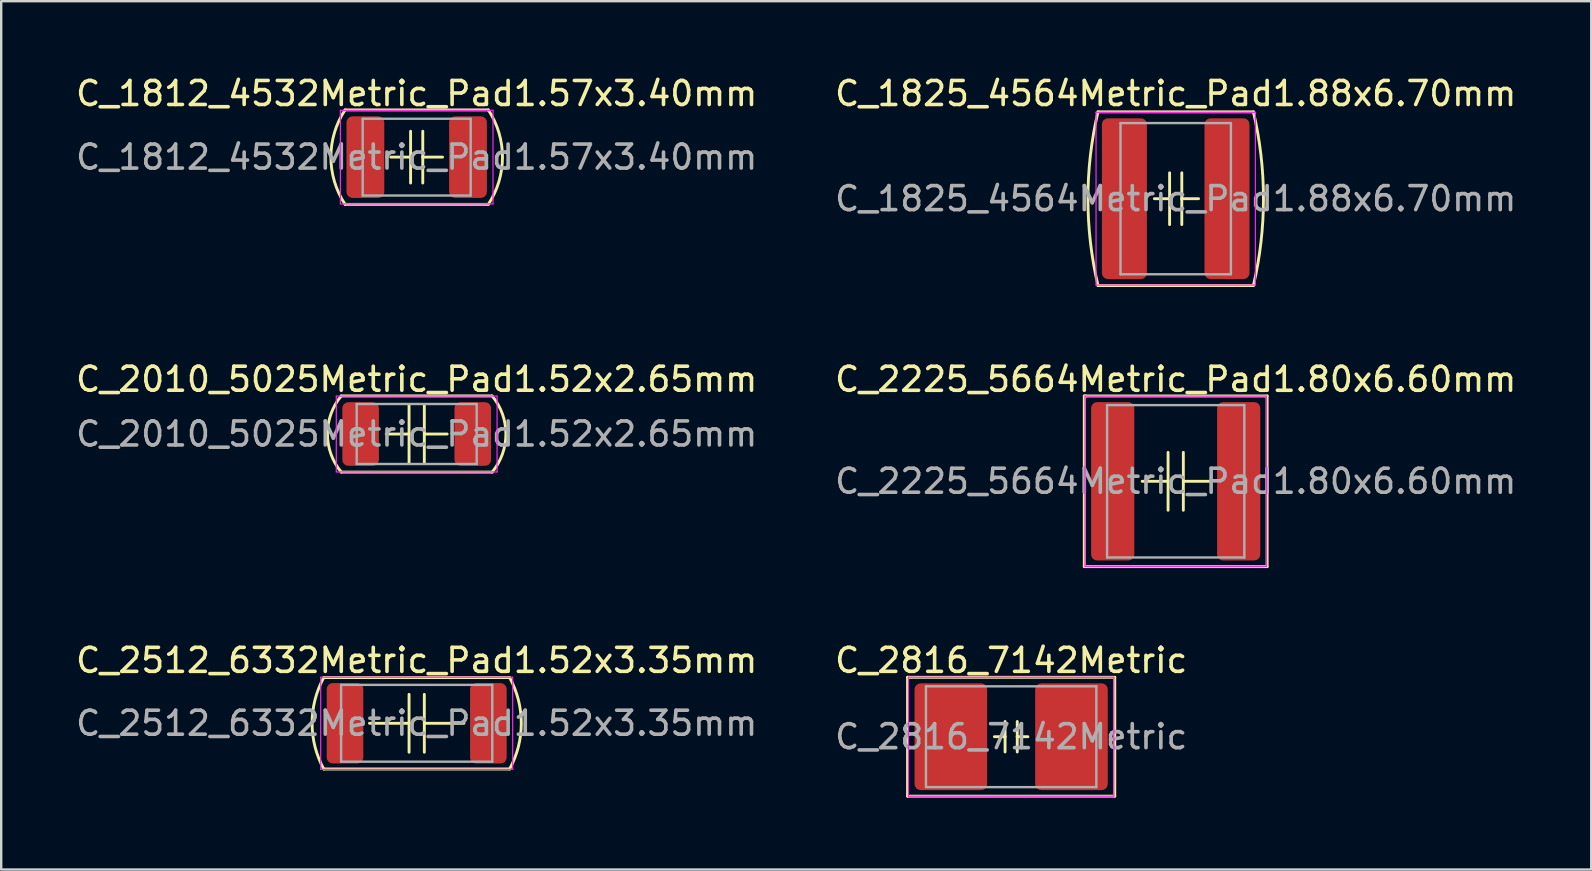
<source format=kicad_pcb>
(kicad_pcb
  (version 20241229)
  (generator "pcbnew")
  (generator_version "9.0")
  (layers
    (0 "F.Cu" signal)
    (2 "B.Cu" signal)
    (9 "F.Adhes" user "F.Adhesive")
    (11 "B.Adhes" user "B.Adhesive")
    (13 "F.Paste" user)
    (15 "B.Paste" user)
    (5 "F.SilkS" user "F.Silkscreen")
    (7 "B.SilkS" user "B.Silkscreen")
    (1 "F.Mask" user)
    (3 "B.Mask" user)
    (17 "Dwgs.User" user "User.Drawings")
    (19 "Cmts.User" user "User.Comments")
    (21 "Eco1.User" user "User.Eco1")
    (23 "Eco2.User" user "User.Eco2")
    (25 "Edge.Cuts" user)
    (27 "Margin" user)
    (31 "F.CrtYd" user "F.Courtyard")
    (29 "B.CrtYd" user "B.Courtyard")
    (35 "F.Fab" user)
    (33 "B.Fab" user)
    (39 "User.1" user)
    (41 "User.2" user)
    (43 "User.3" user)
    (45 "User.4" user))
  (footprint "C_2010_5025Metric_Pad1.52x2.65mm"
    (layer "F.Cu")
    (at 14.315 15.037)
    (property "Reference" "C_2010_5025Metric_Pad1.52x2.65mm" (at 0 -2.28 0) (layer "F.SilkS") (effects (font (size 1 1) (thickness 0.15))))
    (attr smd)
    (fp_line (start -3.143 1.587) (end 3.143 1.587) (stroke (width 0.12) (type solid)) (layer "F.SilkS"))
    (fp_line (start -0.318 -1.206) (end -0.318 1.206) (stroke (width 0.12) (type solid)) (layer "F.SilkS"))
    (fp_line (start -0.318 0) (end -1.27 0) (stroke (width 0.12) (type solid)) (layer "F.SilkS"))
    (fp_line (start 0.318 -1.206) (end 0.318 1.206) (stroke (width 0.12) (type solid)) (layer "F.SilkS"))
    (fp_line (start 0.318 0) (end 1.27 0) (stroke (width 0.12) (type solid)) (layer "F.SilkS"))
    (fp_line (start 3.143 -1.587) (end -3.143 -1.587) (stroke (width 0.12) (type solid)) (layer "F.SilkS"))
    (fp_arc (start -3.14325 1.5875) (mid -3.718004 0) (end -3.14325 -1.5875) (stroke (width 0.12) (type solid)) (layer "F.SilkS"))
    (fp_arc (start 3.14325 -1.5875) (mid 3.718004 0) (end 3.14325 1.5875) (stroke (width 0.12) (type solid)) (layer "F.SilkS"))
    (fp_line (start -3.35 -1.58) (end 3.35 -1.58) (stroke (width 0.05) (type solid)) (layer "F.CrtYd"))
    (fp_line (start -3.35 1.58) (end -3.35 -1.58) (stroke (width 0.05) (type solid)) (layer "F.CrtYd"))
    (fp_line (start 3.35 -1.58) (end 3.35 1.58) (stroke (width 0.05) (type solid)) (layer "F.CrtYd"))
    (fp_line (start 3.35 1.58) (end -3.35 1.58) (stroke (width 0.05) (type solid)) (layer "F.CrtYd"))
    (fp_line (start -2.5 -1.25) (end 2.5 -1.25) (stroke (width 0.1) (type solid)) (layer "F.Fab"))
    (fp_line (start -2.5 1.25) (end -2.5 -1.25) (stroke (width 0.1) (type solid)) (layer "F.Fab"))
    (fp_line (start 2.5 -1.25) (end 2.5 1.25) (stroke (width 0.1) (type solid)) (layer "F.Fab"))
    (fp_line (start 2.5 1.25) (end -2.5 1.25) (stroke (width 0.1) (type solid)) (layer "F.Fab"))
    (fp_text user "${REFERENCE}" (at 0 0 0) (layer "F.Fab") (effects (font (size 1 1) (thickness 0.15))))
    (pad "1" smd roundrect (at -2.337 0) (size 1.525 2.65) (layers "F.Cu" "F.Mask" "F.Paste") (roundrect_rratio 0.164))
    (pad "2" smd roundrect (at 2.337 0) (size 1.525 2.65) (layers "F.Cu" "F.Mask" "F.Paste") (roundrect_rratio 0.164)))
  (footprint "C_1812_4532Metric_Pad1.57x3.40mm"
    (layer "F.Cu")
    (at 14.315 3.498)
    (property "Reference" "C_1812_4532Metric_Pad1.57x3.40mm" (at 0 -2.65 0) (layer "F.SilkS") (effects (font (size 1 1) (thickness 0.15))))
    (attr smd)
    (fp_line (start -2.985 1.968) (end 2.985 1.969) (stroke (width 0.12) (type solid)) (layer "F.SilkS"))
    (fp_line (start -0.254 -1.079) (end -0.254 0) (stroke (width 0.12) (type solid)) (layer "F.SilkS"))
    (fp_line (start -0.254 0) (end -1.079 0) (stroke (width 0.12) (type solid)) (layer "F.SilkS"))
    (fp_line (start -0.254 0) (end -0.254 1.079) (stroke (width 0.12) (type solid)) (layer "F.SilkS"))
    (fp_line (start 0.254 -1.079) (end 0.254 0) (stroke (width 0.12) (type solid)) (layer "F.SilkS"))
    (fp_line (start 0.254 0) (end 0.254 1.079) (stroke (width 0.12) (type solid)) (layer "F.SilkS"))
    (fp_line (start 0.254 0) (end 1.079 0) (stroke (width 0.12) (type solid)) (layer "F.SilkS"))
    (fp_line (start 2.985 -1.968) (end -2.985 -1.968) (stroke (width 0.12) (type solid)) (layer "F.SilkS"))
    (fp_arc (start -2.984501 1.9685) (mid -3.575225 0) (end -2.9845 -1.968499) (stroke (width 0.12) (type solid)) (layer "F.SilkS"))
    (fp_arc (start 2.984501 -1.968498) (mid 3.575225 0.000002) (end 2.9845 1.968501) (stroke (width 0.12) (type solid)) (layer "F.SilkS"))
    (fp_line (start -3.18 -1.95) (end 3.18 -1.95) (stroke (width 0.05) (type solid)) (layer "F.CrtYd"))
    (fp_line (start -3.18 1.95) (end -3.18 -1.95) (stroke (width 0.05) (type solid)) (layer "F.CrtYd"))
    (fp_line (start 3.18 -1.95) (end 3.18 1.95) (stroke (width 0.05) (type solid)) (layer "F.CrtYd"))
    (fp_line (start 3.18 1.95) (end -3.18 1.95) (stroke (width 0.05) (type solid)) (layer "F.CrtYd"))
    (fp_line (start -2.25 -1.6) (end 2.25 -1.6) (stroke (width 0.1) (type solid)) (layer "F.Fab"))
    (fp_line (start -2.25 1.6) (end -2.25 -1.6) (stroke (width 0.1) (type solid)) (layer "F.Fab"))
    (fp_line (start 2.25 -1.6) (end 2.25 1.6) (stroke (width 0.1) (type solid)) (layer "F.Fab"))
    (fp_line (start 2.25 1.6) (end -2.25 1.6) (stroke (width 0.1) (type solid)) (layer "F.Fab"))
    (fp_text user "${REFERENCE}" (at 0 0 0) (layer "F.Fab") (effects (font (size 1 1) (thickness 0.15))))
    (pad "1" smd roundrect (at -2.138 0) (size 1.575 3.4) (layers "F.Cu" "F.Mask" "F.Paste") (roundrect_rratio 0.159))
    (pad "2" smd roundrect (at 2.138 0) (size 1.575 3.4) (layers "F.Cu" "F.Mask" "F.Paste") (roundrect_rratio 0.159)))
  (footprint "C_2512_6332Metric_Pad1.52x3.35mm"
    (layer "F.Cu")
    (at 14.315 27.092)
    (property "Reference" "C_2512_6332Metric_Pad1.52x3.35mm" (at 0 -2.62 0) (layer "F.SilkS") (effects (font (size 1 1) (thickness 0.15))))
    (attr smd)
    (fp_line (start -3.873 1.905) (end 3.873 1.905) (stroke (width 0.12) (type solid)) (layer "F.SilkS"))
    (fp_line (start -0.318 -1.206) (end -0.318 1.206) (stroke (width 0.12) (type solid)) (layer "F.SilkS"))
    (fp_line (start -0.318 0) (end -1.968 0) (stroke (width 0.12) (type solid)) (layer "F.SilkS"))
    (fp_line (start 0.318 -1.206) (end 0.318 1.206) (stroke (width 0.12) (type solid)) (layer "F.SilkS"))
    (fp_line (start 0.318 0) (end 1.968 0) (stroke (width 0.12) (type solid)) (layer "F.SilkS"))
    (fp_line (start 1.46 -1.905) (end -3.873 -1.905) (stroke (width 0.12) (type solid)) (layer "F.SilkS"))
    (fp_line (start 3.873 -1.905) (end 1.46 -1.905) (stroke (width 0.12) (type solid)) (layer "F.SilkS"))
    (fp_arc (start -3.8735 1.905) (mid -4.359263 0.000001) (end -3.8735 -1.904999) (stroke (width 0.12) (type solid)) (layer "F.SilkS"))
    (fp_arc (start 3.8735 -1.904998) (mid 4.359263 0.000001) (end 3.8735 1.905001) (stroke (width 0.12) (type solid)) (layer "F.SilkS"))
    (fp_line (start -4 -1.92) (end 4 -1.92) (stroke (width 0.05) (type solid)) (layer "F.CrtYd"))
    (fp_line (start -4 1.92) (end -4 -1.92) (stroke (width 0.05) (type solid)) (layer "F.CrtYd"))
    (fp_line (start 4 -1.92) (end 4 1.92) (stroke (width 0.05) (type solid)) (layer "F.CrtYd"))
    (fp_line (start 4 1.92) (end -4 1.92) (stroke (width 0.05) (type solid)) (layer "F.CrtYd"))
    (fp_line (start -3.15 -1.6) (end 3.15 -1.6) (stroke (width 0.1) (type solid)) (layer "F.Fab"))
    (fp_line (start -3.15 1.6) (end -3.15 -1.6) (stroke (width 0.1) (type solid)) (layer "F.Fab"))
    (fp_line (start 3.15 -1.6) (end 3.15 1.6) (stroke (width 0.1) (type solid)) (layer "F.Fab"))
    (fp_line (start 3.15 1.6) (end -3.15 1.6) (stroke (width 0.1) (type solid)) (layer "F.Fab"))
    (fp_text user "${REFERENCE}" (at 0 0 0) (layer "F.Fab") (effects (font (size 1 1) (thickness 0.15))))
    (pad "1" smd roundrect (at -2.987 0) (size 1.525 3.35) (layers "F.Cu" "F.Mask" "F.Paste") (roundrect_rratio 0.164))
    (pad "2" smd roundrect (at 2.987 0) (size 1.525 3.35) (layers "F.Cu" "F.Mask" "F.Paste") (roundrect_rratio 0.164)))
  (footprint "C_1825_4564Metric_Pad1.88x6.70mm"
    (layer "F.Cu")
    (at 45.946 5.23)
    (property "Reference" "C_1825_4564Metric_Pad1.88x6.70mm" (at 0 -4.381 0) (layer "F.SilkS") (effects (font (size 1 1) (thickness 0.15))))
    (attr smd)
    (fp_line (start -3.239 3.619) (end 3.239 3.619) (stroke (width 0.12) (type solid)) (layer "F.SilkS"))
    (fp_line (start -0.254 -1.079) (end -0.254 0) (stroke (width 0.12) (type solid)) (layer "F.SilkS"))
    (fp_line (start -0.254 0) (end -0.889 0) (stroke (width 0.12) (type solid)) (layer "F.SilkS"))
    (fp_line (start -0.254 0) (end -0.254 1.079) (stroke (width 0.12) (type solid)) (layer "F.SilkS"))
    (fp_line (start 0.254 -1.079) (end 0.254 0) (stroke (width 0.12) (type solid)) (layer "F.SilkS"))
    (fp_line (start 0.254 0) (end 0.254 1.079) (stroke (width 0.12) (type solid)) (layer "F.SilkS"))
    (fp_line (start 0.254 0) (end 0.953 0) (stroke (width 0.12) (type solid)) (layer "F.SilkS"))
    (fp_line (start 3.239 -3.619) (end -3.239 -3.619) (stroke (width 0.12) (type solid)) (layer "F.SilkS"))
    (fp_arc (start -3.2385 3.6195) (mid -3.65776 0) (end -3.2385 -3.6195) (stroke (width 0.12) (type solid)) (layer "F.SilkS"))
    (fp_arc (start 3.2385 -3.6195) (mid 3.65776 0) (end 3.2385 3.6195) (stroke (width 0.12) (type solid)) (layer "F.SilkS"))
    (fp_line (start -3.32 -3.6) (end 3.32 -3.6) (stroke (width 0.05) (type solid)) (layer "F.CrtYd"))
    (fp_line (start -3.32 3.6) (end -3.32 -3.6) (stroke (width 0.05) (type solid)) (layer "F.CrtYd"))
    (fp_line (start 3.32 -3.6) (end 3.32 3.6) (stroke (width 0.05) (type solid)) (layer "F.CrtYd"))
    (fp_line (start 3.32 3.6) (end -3.32 3.6) (stroke (width 0.05) (type solid)) (layer "F.CrtYd"))
    (fp_line (start -2.3 -3.15) (end 2.3 -3.15) (stroke (width 0.1) (type solid)) (layer "F.Fab"))
    (fp_line (start -2.3 3.15) (end -2.3 -3.15) (stroke (width 0.1) (type solid)) (layer "F.Fab"))
    (fp_line (start 2.3 -3.15) (end 2.3 3.15) (stroke (width 0.1) (type solid)) (layer "F.Fab"))
    (fp_line (start 2.3 3.15) (end -2.3 3.15) (stroke (width 0.1) (type solid)) (layer "F.Fab"))
    (fp_text user "${REFERENCE}" (at 0 0 0) (layer "F.Fab") (effects (font (size 1 1) (thickness 0.15))))
    (pad "1" smd roundrect (at -2.138 0) (size 1.875 6.7) (layers "F.Cu" "F.Mask" "F.Paste") (roundrect_rratio 0.133))
    (pad "2" smd roundrect (at 2.138 0) (size 1.875 6.7) (layers "F.Cu" "F.Mask" "F.Paste") (roundrect_rratio 0.133)))
  (footprint "C_2816_7142Metric"
    (layer "F.Cu")
    (at 39.089 27.652)
    (property "Reference" "C_2816_7142Metric" (at 0 -3.18 0) (layer "F.SilkS") (effects (font (size 1 1) (thickness 0.15))))
    (attr smd)
    (fp_line (start -4.318 -2.477) (end -4.318 2.477) (stroke (width 0.12) (type solid)) (layer "F.SilkS"))
    (fp_line (start -4.318 2.477) (end 4.318 2.477) (stroke (width 0.12) (type solid)) (layer "F.SilkS"))
    (fp_line (start -4.255 -2.477) (end -4.318 -2.477) (stroke (width 0.12) (type solid)) (layer "F.SilkS"))
    (fp_line (start -0.699 0) (end -0.254 0) (stroke (width 0.12) (type solid)) (layer "F.SilkS"))
    (fp_line (start -0.254 -0.635) (end -0.254 0) (stroke (width 0.12) (type solid)) (layer "F.SilkS"))
    (fp_line (start -0.254 0) (end -0.254 0.635) (stroke (width 0.12) (type solid)) (layer "F.SilkS"))
    (fp_line (start 0.254 -0.635) (end 0.254 0) (stroke (width 0.12) (type solid)) (layer "F.SilkS"))
    (fp_line (start 0.254 0) (end 0.254 0.635) (stroke (width 0.12) (type solid)) (layer "F.SilkS"))
    (fp_line (start 0.254 0) (end 0.699 0) (stroke (width 0.12) (type solid)) (layer "F.SilkS"))
    (fp_line (start 4.318 -2.477) (end -4.255 -2.477) (stroke (width 0.12) (type solid)) (layer "F.SilkS"))
    (fp_line (start 4.318 2.477) (end 4.318 -2.477) (stroke (width 0.12) (type solid)) (layer "F.SilkS"))
    (fp_line (start -4.28 -2.48) (end 4.28 -2.48) (stroke (width 0.05) (type solid)) (layer "F.CrtYd"))
    (fp_line (start -4.28 2.48) (end -4.28 -2.48) (stroke (width 0.05) (type solid)) (layer "F.CrtYd"))
    (fp_line (start 4.28 -2.48) (end 4.28 2.48) (stroke (width 0.05) (type solid)) (layer "F.CrtYd"))
    (fp_line (start 4.28 2.48) (end -4.28 2.48) (stroke (width 0.05) (type solid)) (layer "F.CrtYd"))
    (fp_line (start -3.55 -2.1) (end 3.55 -2.1) (stroke (width 0.1) (type solid)) (layer "F.Fab"))
    (fp_line (start -3.55 2.1) (end -3.55 -2.1) (stroke (width 0.1) (type solid)) (layer "F.Fab"))
    (fp_line (start 3.55 -2.1) (end 3.55 2.1) (stroke (width 0.1) (type solid)) (layer "F.Fab"))
    (fp_line (start 3.55 2.1) (end -3.55 2.1) (stroke (width 0.1) (type solid)) (layer "F.Fab"))
    (fp_text user "${REFERENCE}" (at 0 0 0) (layer "F.Fab") (effects (font (size 1 1) (thickness 0.15))))
    (pad "1" smd roundrect (at -2.513 0) (size 3.025 4.45) (layers "F.Cu" "F.Mask" "F.Paste") (roundrect_rratio 0.083))
    (pad "2" smd roundrect (at 2.513 0) (size 3.025 4.45) (layers "F.Cu" "F.Mask" "F.Paste") (roundrect_rratio 0.083)))
  (footprint "C_2225_5664Metric_Pad1.80x6.60mm"
    (layer "F.Cu")
    (at 45.946 17.008)
    (property "Reference" "C_2225_5664Metric_Pad1.80x6.60mm" (at 0 -4.25 0) (layer "F.SilkS") (effects (font (size 1 1) (thickness 0.15))))
    (attr smd)
    (fp_line (start -3.81 -3.556) (end -3.81 3.556) (stroke (width 0.12) (type solid)) (layer "F.SilkS"))
    (fp_line (start -3.81 3.556) (end 3.81 3.556) (stroke (width 0.12) (type solid)) (layer "F.SilkS"))
    (fp_line (start -3.747 -3.556) (end -3.81 -3.556) (stroke (width 0.12) (type solid)) (layer "F.SilkS"))
    (fp_line (start -0.318 -1.206) (end -0.318 1.206) (stroke (width 0.12) (type solid)) (layer "F.SilkS"))
    (fp_line (start -0.318 0) (end -1.397 0) (stroke (width 0.12) (type solid)) (layer "F.SilkS"))
    (fp_line (start 0.318 -1.206) (end 0.318 1.206) (stroke (width 0.12) (type solid)) (layer "F.SilkS"))
    (fp_line (start 0.318 0) (end 1.397 0) (stroke (width 0.12) (type solid)) (layer "F.SilkS"))
    (fp_line (start 3.81 -3.556) (end -3.747 -3.556) (stroke (width 0.12) (type solid)) (layer "F.SilkS"))
    (fp_line (start 3.81 3.556) (end 3.81 -3.556) (stroke (width 0.12) (type solid)) (layer "F.SilkS"))
    (fp_line (start -3.78 -3.55) (end 3.78 -3.55) (stroke (width 0.05) (type solid)) (layer "F.CrtYd"))
    (fp_line (start -3.78 3.55) (end -3.78 -3.55) (stroke (width 0.05) (type solid)) (layer "F.CrtYd"))
    (fp_line (start 3.78 -3.55) (end 3.78 3.55) (stroke (width 0.05) (type solid)) (layer "F.CrtYd"))
    (fp_line (start 3.78 3.55) (end -3.78 3.55) (stroke (width 0.05) (type solid)) (layer "F.CrtYd"))
    (fp_line (start -2.86 -3.175) (end 2.86 -3.175) (stroke (width 0.1) (type solid)) (layer "F.Fab"))
    (fp_line (start -2.86 3.175) (end -2.86 -3.175) (stroke (width 0.1) (type solid)) (layer "F.Fab"))
    (fp_line (start 2.86 -3.175) (end 2.86 3.175) (stroke (width 0.1) (type solid)) (layer "F.Fab"))
    (fp_line (start 2.86 3.175) (end -2.86 3.175) (stroke (width 0.1) (type solid)) (layer "F.Fab"))
    (fp_text user "${REFERENCE}" (at 0 0 0) (layer "F.Fab") (effects (font (size 1 1) (thickness 0.15))))
    (pad "1" smd roundrect (at -2.625 0) (size 1.8 6.6) (layers "F.Cu" "F.Mask" "F.Paste") (roundrect_rratio 0.139))
    (pad "2" smd roundrect (at 2.625 0) (size 1.8 6.6) (layers "F.Cu" "F.Mask" "F.Paste") (roundrect_rratio 0.139)))
  (gr_rect
    (start -3 -3)
    (end 63.262 33.188)
    (stroke (width 0.1) (type default))
    (fill no)
    (layer "Edge.Cuts")))
</source>
